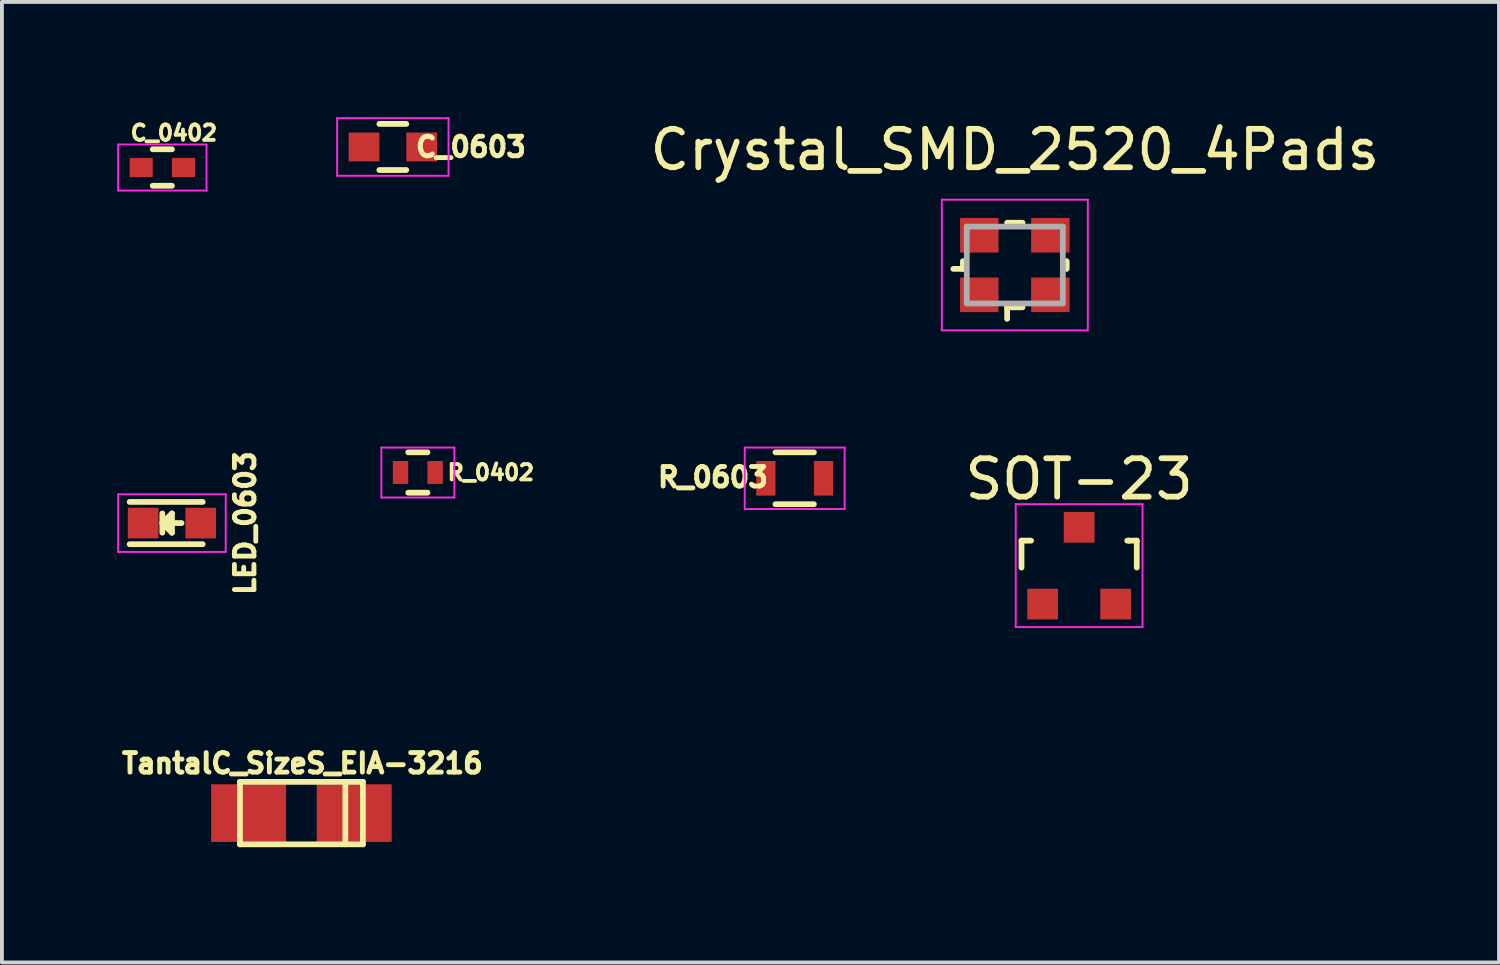
<source format=kicad_pcb>
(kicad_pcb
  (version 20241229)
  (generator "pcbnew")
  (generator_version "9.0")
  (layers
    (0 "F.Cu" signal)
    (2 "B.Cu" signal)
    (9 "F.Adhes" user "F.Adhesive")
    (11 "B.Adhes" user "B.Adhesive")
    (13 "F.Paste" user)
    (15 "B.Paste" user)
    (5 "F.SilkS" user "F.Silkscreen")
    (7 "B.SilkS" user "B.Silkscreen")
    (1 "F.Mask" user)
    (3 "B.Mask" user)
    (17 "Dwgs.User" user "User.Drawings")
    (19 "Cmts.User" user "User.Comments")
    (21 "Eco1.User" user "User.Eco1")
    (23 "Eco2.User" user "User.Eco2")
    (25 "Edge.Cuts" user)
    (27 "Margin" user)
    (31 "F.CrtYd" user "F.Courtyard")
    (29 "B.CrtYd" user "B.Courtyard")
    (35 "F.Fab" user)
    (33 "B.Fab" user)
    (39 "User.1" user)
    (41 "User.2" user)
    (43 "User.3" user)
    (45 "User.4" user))
  (footprint "R_0402"
    (layer "F.Cu")
    (at 7.825 9.248)
    (property "Reference" "R_0402" (at 1.9 0 0) (layer "F.SilkS") (effects (font (size 0.4 0.4) (thickness 0.1))))
    (attr smd)
    (fp_line (start -0.25 0.525) (end 0.25 0.525) (stroke (width 0.15) (type solid)) (layer "F.SilkS"))
    (fp_line (start 0.25 -0.525) (end -0.25 -0.525) (stroke (width 0.15) (type solid)) (layer "F.SilkS"))
    (fp_line (start -0.95 -0.65) (end -0.95 0.65) (stroke (width 0.05) (type solid)) (layer "F.CrtYd"))
    (fp_line (start -0.95 -0.65) (end 0.95 -0.65) (stroke (width 0.05) (type solid)) (layer "F.CrtYd"))
    (fp_line (start -0.95 0.65) (end 0.95 0.65) (stroke (width 0.05) (type solid)) (layer "F.CrtYd"))
    (fp_line (start 0.95 -0.65) (end 0.95 0.65) (stroke (width 0.05) (type solid)) (layer "F.CrtYd"))
    (pad "1" smd rect (at -0.45 0) (size 0.4 0.6) (layers "F.Cu" "F.Mask" "F.Paste"))
    (pad "2" smd rect (at 0.45 0) (size 0.4 0.6) (layers "F.Cu" "F.Mask" "F.Paste")))
  (footprint "SOT-23"
    (layer "F.Cu")
    (at 25.036 11.671)
    (property "Reference" "SOT-23" (at 0 -2.25 0) (layer "F.SilkS") (effects (font (size 1 1) (thickness 0.15))))
    (attr smd)
    (fp_line (start -1.5 -0.65) (end -1.251 -0.65) (stroke (width 0.15) (type solid)) (layer "F.SilkS"))
    (fp_line (start -1.5 0.051) (end -1.5 -0.65) (stroke (width 0.15) (type solid)) (layer "F.SilkS"))
    (fp_line (start 1.299 -0.65) (end 1.251 -0.65) (stroke (width 0.15) (type solid)) (layer "F.SilkS"))
    (fp_line (start 1.299 -0.65) (end 1.5 -0.65) (stroke (width 0.15) (type solid)) (layer "F.SilkS"))
    (fp_line (start 1.5 -0.65) (end 1.5 0.051) (stroke (width 0.15) (type solid)) (layer "F.SilkS"))
    (fp_line (start -1.65 -1.6) (end 1.65 -1.6) (stroke (width 0.05) (type solid)) (layer "F.CrtYd"))
    (fp_line (start -1.65 1.6) (end -1.65 -1.6) (stroke (width 0.05) (type solid)) (layer "F.CrtYd"))
    (fp_line (start 1.65 -1.6) (end 1.65 1.6) (stroke (width 0.05) (type solid)) (layer "F.CrtYd"))
    (fp_line (start 1.65 1.6) (end -1.65 1.6) (stroke (width 0.05) (type solid)) (layer "F.CrtYd"))
    (pad "1" smd rect (at -0.95 1.001) (size 0.8 0.8) (layers "F.Cu" "F.Mask" "F.Paste"))
    (pad "2" smd rect (at 0.95 1.001) (size 0.8 0.8) (layers "F.Cu" "F.Mask" "F.Paste"))
    (pad "3" smd rect (at 0 -0.998) (size 0.8 0.8) (layers "F.Cu" "F.Mask" "F.Paste")))
  (footprint "C_0402"
    (layer "F.Cu")
    (at 1.175 1.31)
    (property "Reference" "C_0402" (at 0.3 -0.9 0) (layer "F.SilkS") (effects (font (size 0.4 0.4) (thickness 0.1))))
    (attr smd)
    (fp_line (start -0.25 0.475) (end 0.25 0.475) (stroke (width 0.15) (type solid)) (layer "F.SilkS"))
    (fp_line (start 0.25 -0.475) (end -0.25 -0.475) (stroke (width 0.15) (type solid)) (layer "F.SilkS"))
    (fp_line (start -1.15 -0.6) (end -1.15 0.6) (stroke (width 0.05) (type solid)) (layer "F.CrtYd"))
    (fp_line (start -1.15 -0.6) (end 1.15 -0.6) (stroke (width 0.05) (type solid)) (layer "F.CrtYd"))
    (fp_line (start -1.15 0.6) (end 1.15 0.6) (stroke (width 0.05) (type solid)) (layer "F.CrtYd"))
    (fp_line (start 1.15 -0.6) (end 1.15 0.6) (stroke (width 0.05) (type solid)) (layer "F.CrtYd"))
    (pad "1" smd rect (at -0.55 0) (size 0.6 0.5) (layers "F.Cu" "F.Mask" "F.Paste"))
    (pad "2" smd rect (at 0.55 0) (size 0.6 0.5) (layers "F.Cu" "F.Mask" "F.Paste")))
  (footprint "R_0603"
    (layer "F.Cu")
    (at 17.633 9.398)
    (property "Reference" "R_0603" (at -2.129 -0.027 0) (layer "F.SilkS") (effects (font (size 0.508 0.508) (thickness 0.127))))
    (attr smd)
    (fp_line (start -0.5 -0.675) (end 0.5 -0.675) (stroke (width 0.15) (type solid)) (layer "F.SilkS"))
    (fp_line (start 0.5 0.675) (end -0.5 0.675) (stroke (width 0.15) (type solid)) (layer "F.SilkS"))
    (fp_line (start -1.3 -0.8) (end -1.3 0.8) (stroke (width 0.05) (type solid)) (layer "F.CrtYd"))
    (fp_line (start -1.3 -0.8) (end 1.3 -0.8) (stroke (width 0.05) (type solid)) (layer "F.CrtYd"))
    (fp_line (start -1.3 0.8) (end 1.3 0.8) (stroke (width 0.05) (type solid)) (layer "F.CrtYd"))
    (fp_line (start 1.3 -0.8) (end 1.3 0.8) (stroke (width 0.05) (type solid)) (layer "F.CrtYd"))
    (pad "1" smd rect (at -0.75 0) (size 0.5 0.9) (layers "F.Cu" "F.Mask" "F.Paste"))
    (pad "2" smd rect (at 0.75 0) (size 0.5 0.9) (layers "F.Cu" "F.Mask" "F.Paste")))
  (footprint "LED_0603"
    (layer "F.Cu")
    (at 1.425 10.564)
    (property "Reference" "LED_0603" (at 1.905 0 90) (layer "F.SilkS") (effects (font (size 0.508 0.508) (thickness 0.127))))
    (attr smd)
    (fp_line (start -1.1 -0.55) (end 0.8 -0.55) (stroke (width 0.15) (type solid)) (layer "F.SilkS"))
    (fp_line (start -1.1 0.55) (end 0.8 0.55) (stroke (width 0.15) (type solid)) (layer "F.SilkS"))
    (fp_line (start -0.25 -0.25) (end -0.25 0.25) (stroke (width 0.15) (type solid)) (layer "F.SilkS"))
    (fp_line (start -0.25 0) (end 0 -0.25) (stroke (width 0.15) (type solid)) (layer "F.SilkS"))
    (fp_line (start -0.2 0) (end 0.25 0) (stroke (width 0.15) (type solid)) (layer "F.SilkS"))
    (fp_line (start 0 -0.25) (end 0 0.25) (stroke (width 0.15) (type solid)) (layer "F.SilkS"))
    (fp_line (start 0 0.25) (end -0.25 0) (stroke (width 0.15) (type solid)) (layer "F.SilkS"))
    (fp_line (start -1.4 -0.75) (end 1.4 -0.75) (stroke (width 0.05) (type solid)) (layer "F.CrtYd"))
    (fp_line (start -1.4 0.75) (end -1.4 -0.75) (stroke (width 0.05) (type solid)) (layer "F.CrtYd"))
    (fp_line (start 1.4 -0.75) (end 1.4 0.75) (stroke (width 0.05) (type solid)) (layer "F.CrtYd"))
    (fp_line (start 1.4 0.75) (end -1.4 0.75) (stroke (width 0.05) (type solid)) (layer "F.CrtYd"))
    (pad "1" smd rect (at -0.749 0 180) (size 0.798 0.798) (layers "F.Cu" "F.Mask" "F.Paste"))
    (pad "2" smd rect (at 0.749 0 180) (size 0.798 0.798) (layers "F.Cu" "F.Mask" "F.Paste")))
  (footprint "C_0603"
    (layer "F.Cu")
    (at 7.174 0.775)
    (property "Reference" "C_0603" (at 2.032 0 0) (layer "F.SilkS") (effects (font (size 0.508 0.508) (thickness 0.127))))
    (attr smd)
    (fp_line (start -0.35 -0.6) (end 0.35 -0.6) (stroke (width 0.15) (type solid)) (layer "F.SilkS"))
    (fp_line (start 0.35 0.6) (end -0.35 0.6) (stroke (width 0.15) (type solid)) (layer "F.SilkS"))
    (fp_line (start -1.45 -0.75) (end -1.45 0.75) (stroke (width 0.05) (type solid)) (layer "F.CrtYd"))
    (fp_line (start -1.45 -0.75) (end 1.45 -0.75) (stroke (width 0.05) (type solid)) (layer "F.CrtYd"))
    (fp_line (start -1.45 0.75) (end 1.45 0.75) (stroke (width 0.05) (type solid)) (layer "F.CrtYd"))
    (fp_line (start 1.45 -0.75) (end 1.45 0.75) (stroke (width 0.05) (type solid)) (layer "F.CrtYd"))
    (pad "1" smd rect (at -0.75 0) (size 0.8 0.75) (layers "F.Cu" "F.Mask" "F.Paste"))
    (pad "2" smd rect (at 0.75 0) (size 0.8 0.75) (layers "F.Cu" "F.Mask" "F.Paste")))
  (footprint "TantalC_SizeS_EIA-3216"
    (layer "F.Cu")
    (at 4.795 18.112)
    (property "Reference" "TantalC_SizeS_EIA-3216" (at 0.025 -1.295 0) (layer "F.SilkS") (effects (font (size 0.508 0.508) (thickness 0.127))))
    (attr through_hole)
    (fp_line (start -1.6 -0.813) (end -1.6 0.813) (stroke (width 0.15) (type solid)) (layer "F.SilkS"))
    (fp_line (start -1.6 0.813) (end 1.6 0.813) (stroke (width 0.15) (type solid)) (layer "F.SilkS"))
    (fp_line (start 1.143 0.813) (end 1.143 -0.813) (stroke (width 0.15) (type solid)) (layer "F.SilkS"))
    (fp_line (start 1.6 -0.813) (end -1.6 -0.813) (stroke (width 0.15) (type solid)) (layer "F.SilkS"))
    (fp_line (start 1.6 0.813) (end 1.6 -0.813) (stroke (width 0.15) (type solid)) (layer "F.SilkS"))
    (pad "1" smd rect (at 1.374 0) (size 1.951 1.501) (layers "F.Cu" "F.Mask" "F.Paste"))
    (pad "2" smd rect (at -1.374 0) (size 1.951 1.501) (layers "F.Cu" "F.Mask" "F.Paste")))
  (footprint "Crystal_SMD_2520_4Pads"
    (layer "F.Cu")
    (at 23.362 3.848)
    (property "Reference" "Crystal_SMD_2520_4Pads" (at 0 -3 0) (layer "F.SilkS") (effects (font (size 1 1) (thickness 0.15))))
    (attr smd)
    (fp_line (start -1.35 0.1) (end -1.6 0.1) (stroke (width 0.15) (type solid)) (layer "F.SilkS"))
    (fp_line (start -1.35 0.1) (end -1.35 -0.1) (stroke (width 0.15) (type solid)) (layer "F.SilkS"))
    (fp_line (start -0.2 -1.1) (end 0.2 -1.1) (stroke (width 0.15) (type solid)) (layer "F.SilkS"))
    (fp_line (start -0.2 1.1) (end -0.2 1.4) (stroke (width 0.15) (type solid)) (layer "F.SilkS"))
    (fp_line (start 0.2 1.1) (end -0.2 1.1) (stroke (width 0.15) (type solid)) (layer "F.SilkS"))
    (fp_line (start 1.35 0.1) (end 1.35 -0.1) (stroke (width 0.15) (type solid)) (layer "F.SilkS"))
    (fp_line (start -1.9 -1.7) (end -1.9 1.7) (stroke (width 0.05) (type solid)) (layer "F.CrtYd"))
    (fp_line (start -1.9 1.7) (end 1.9 1.7) (stroke (width 0.05) (type solid)) (layer "F.CrtYd"))
    (fp_line (start 1.9 -1.7) (end -1.9 -1.7) (stroke (width 0.05) (type solid)) (layer "F.CrtYd"))
    (fp_line (start 1.9 1.7) (end 1.9 -1.7) (stroke (width 0.05) (type solid)) (layer "F.CrtYd"))
    (fp_line (start -1.25 -1) (end -1.25 1) (stroke (width 0.15) (type solid)) (layer "F.Fab"))
    (fp_line (start -1.25 1) (end 1.25 1) (stroke (width 0.15) (type solid)) (layer "F.Fab"))
    (fp_line (start 1.25 -1) (end -1.25 -1) (stroke (width 0.15) (type solid)) (layer "F.Fab"))
    (fp_line (start 1.25 1) (end 1.25 -1) (stroke (width 0.15) (type solid)) (layer "F.Fab"))
    (pad "1" smd rect (at -0.925 0.775) (size 1 0.9) (layers "F.Cu" "F.Mask" "F.Paste"))
    (pad "2" smd rect (at 0.925 -0.775) (size 1 0.9) (layers "F.Cu" "F.Mask" "F.Paste"))
    (pad "3" smd rect (at -0.925 -0.775) (size 1 0.9) (layers "F.Cu" "F.Mask" "F.Paste"))
    (pad "3" smd rect (at 0.925 0.775) (size 1 0.9) (layers "F.Cu" "F.Mask" "F.Paste")))
  (gr_rect
    (start -3 -3)
    (end 35.964 22)
    (stroke (width 0.1) (type default))
    (fill no)
    (layer "Edge.Cuts")))
</source>
